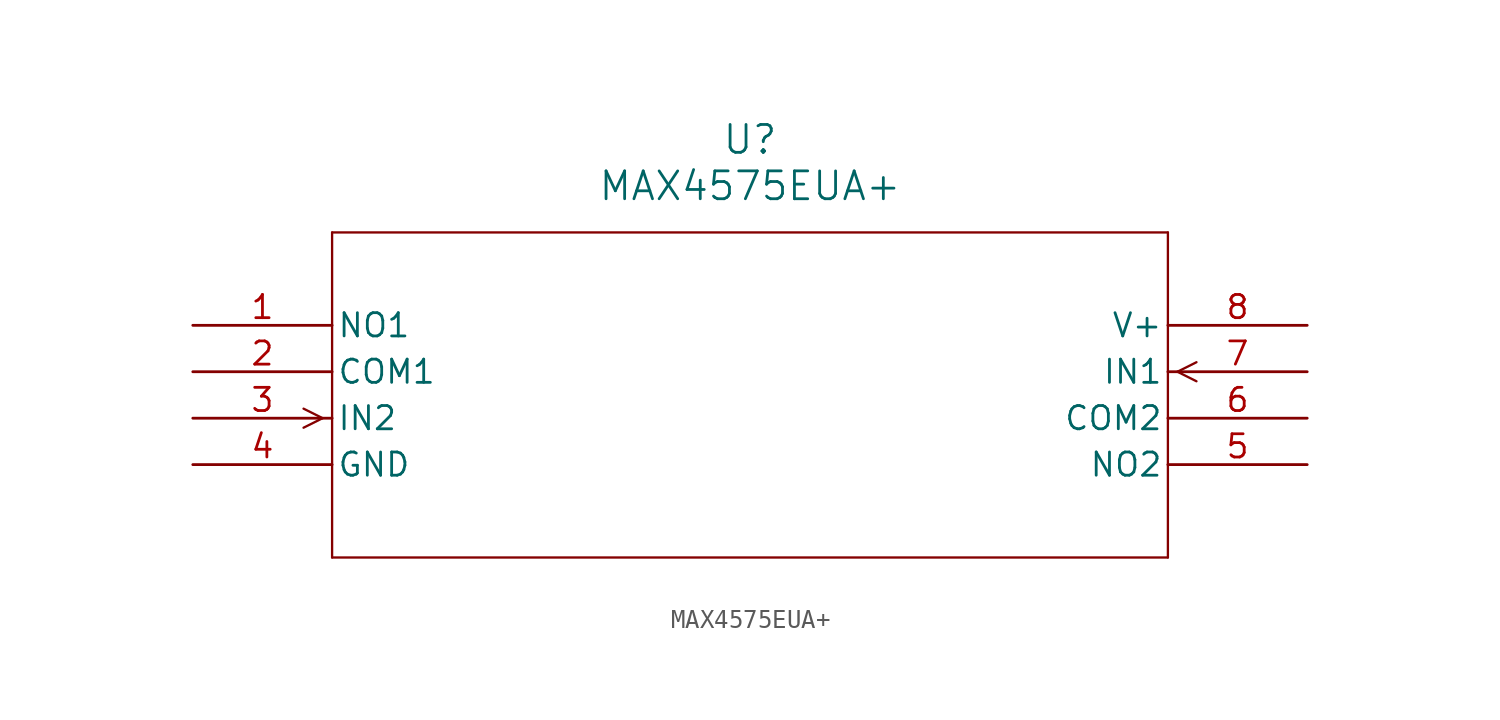
<source format=kicad_sym>
(kicad_symbol_lib
  (version 20211014)
  (generator kicad_symbol_editor)
  (symbol "MAX4575EUA+"
    (pin_names
      (offset 0.254))
    (property "Reference" "U"
      (at 30.48 10.16 0)
      (effects (font (size 1.524 1.524))))
    (property "Value" "MAX4575EUA+"
      (at 30.48 7.62 0)
      (effects (font (size 1.524 1.524))))
    (symbol "MAX4575EUA+_0_1"
      (polyline (pts (xy 7.099 -5.08) (xy 6.058 -4.559)) (stroke (width 0.127) (type default) (color 0 0 0 0)) (fill (type none)))
      (polyline (pts (xy 7.099 -5.08) (xy 6.058 -5.601)) (stroke (width 0.127) (type default) (color 0 0 0 0)) (fill (type none)))
      (polyline (pts (xy 53.861 -2.54) (xy 54.902 -2.019)) (stroke (width 0.127) (type default) (color 0 0 0 0)) (fill (type none)))
      (polyline (pts (xy 53.861 -2.54) (xy 54.902 -3.061)) (stroke (width 0.127) (type default) (color 0 0 0 0)) (fill (type none)))
      (polyline (pts (xy 7.62 5.08) (xy 7.62 -12.7)) (stroke (width 0.127) (type default) (color 0 0 0 0)) (fill (type none)))
      (polyline (pts (xy 7.62 -12.7) (xy 53.34 -12.7)) (stroke (width 0.127) (type default) (color 0 0 0 0)) (fill (type none)))
      (polyline (pts (xy 53.34 -12.7) (xy 53.34 5.08)) (stroke (width 0.127) (type default) (color 0 0 0 0)) (fill (type none)))
      (polyline (pts (xy 53.34 5.08) (xy 7.62 5.08)) (stroke (width 0.127) (type default) (color 0 0 0 0)) (fill (type none)))
      (pin unspecified line (at 0 0 0) (length 7.62) (name "NO1" (effects (font (size 1.27 1.27)))) (number "1" (effects (font (size 1.27 1.27)))))
      (pin unspecified line (at 0 -2.54 0) (length 7.62) (name "COM1" (effects (font (size 1.27 1.27)))) (number "2" (effects (font (size 1.27 1.27)))))
      (pin input line (at 0 -5.08 0) (length 7.62) (name "IN2" (effects (font (size 1.27 1.27)))) (number "3" (effects (font (size 1.27 1.27)))))
      (pin power_in line (at 0 -7.62 0) (length 7.62) (name "GND" (effects (font (size 1.27 1.27)))) (number "4" (effects (font (size 1.27 1.27)))))
      (pin unspecified line (at 60.96 -7.62 180) (length 7.62) (name "NO2" (effects (font (size 1.27 1.27)))) (number "5" (effects (font (size 1.27 1.27)))))
      (pin unspecified line (at 60.96 -5.08 180) (length 7.62) (name "COM2" (effects (font (size 1.27 1.27)))) (number "6" (effects (font (size 1.27 1.27)))))
      (pin input line (at 60.96 -2.54 180) (length 7.62) (name "IN1" (effects (font (size 1.27 1.27)))) (number "7" (effects (font (size 1.27 1.27)))))
      (pin power_in line (at 60.96 0 180) (length 7.62) (name "V+" (effects (font (size 1.27 1.27)))) (number "8" (effects (font (size 1.27 1.27))))))))
</source>
